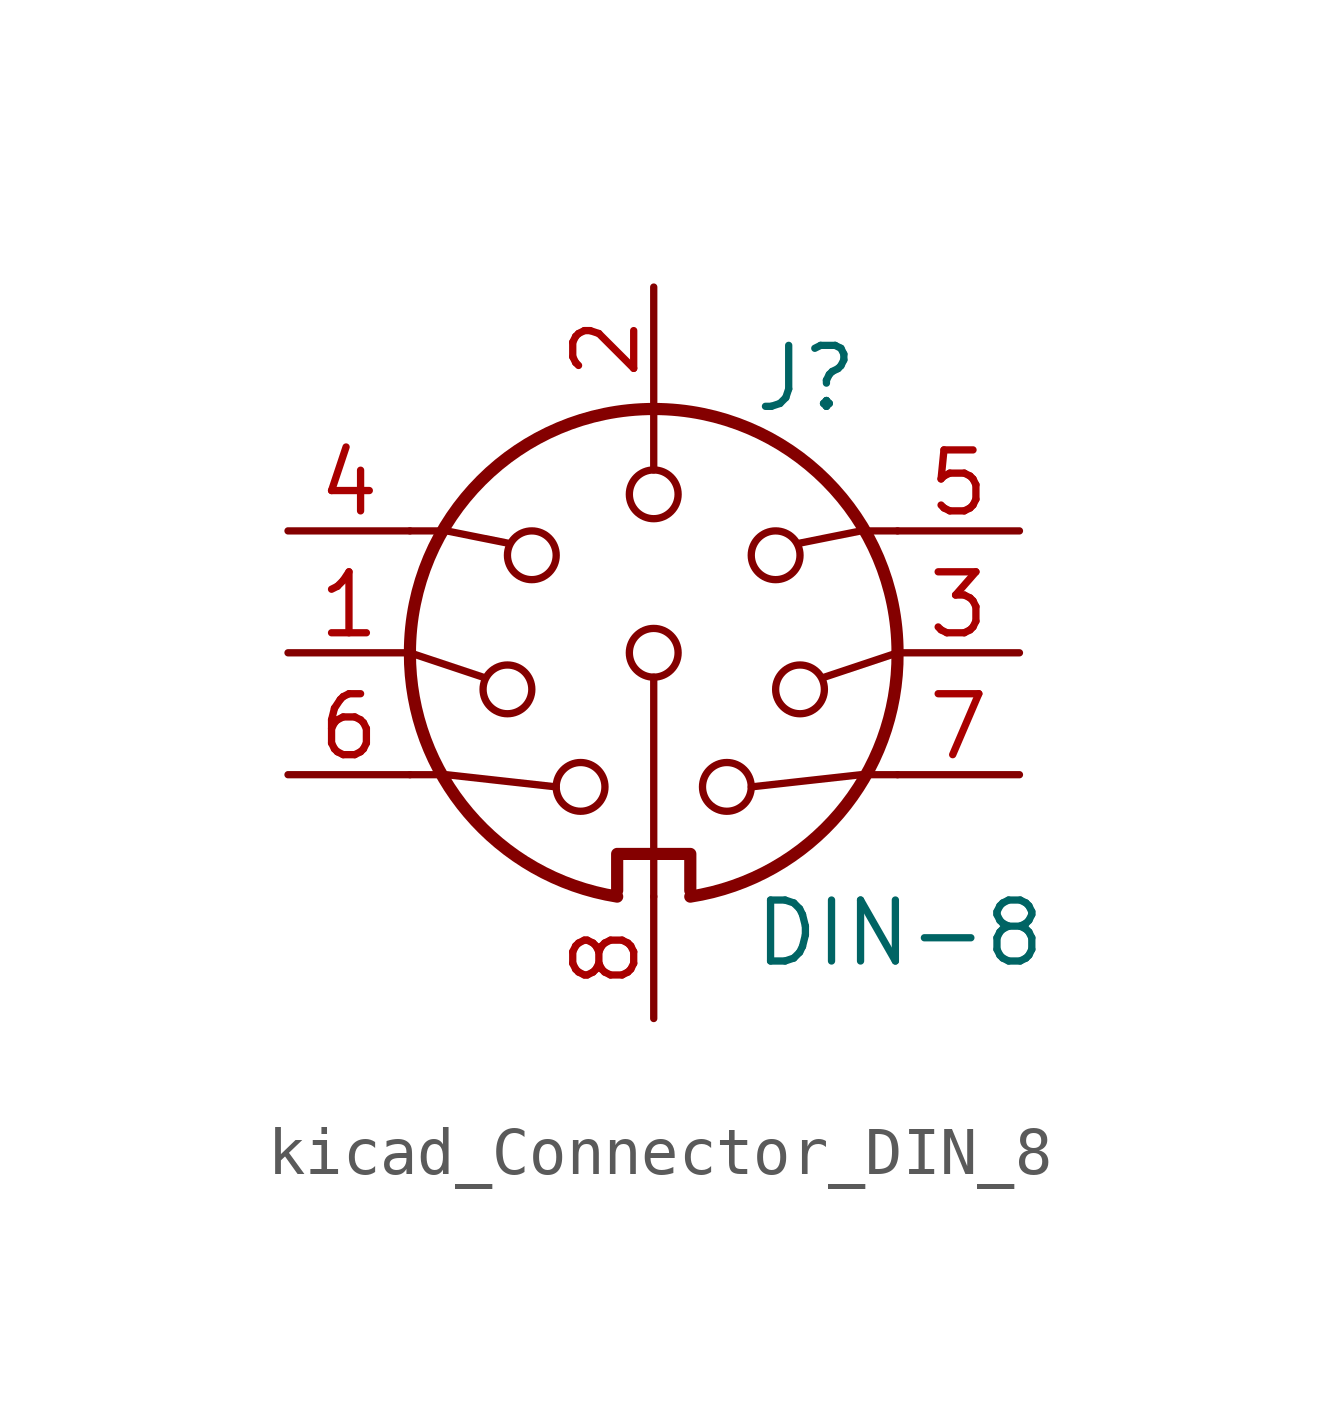
<source format=kicad_sym>
(kicad_symbol_lib
  (version 20220914)
  (generator kicad_symbol_editor)
  (symbol "kicad_Connector_DIN_8"
    (pin_names
      (offset 1.016))
    (property "Reference" "J"
      (at 3.175 5.715 0)
      (effects (font (size 1.27 1.27))))
    (property "Value" "DIN-8"
      (at 2.032 -5.842 0)
      (effects (font (size 1.27 1.27)) (justify left)))
    (symbol "kicad_Connector_DIN_8_0_1"
      (arc (start -5.08 0) (mid -3.8609 -3.3364) (end -0.762 -5.08) (stroke (width 0.254) (type default)) (fill (type none)))
      (circle (center -3.048 -0.762) (radius 0.508) (stroke (width 0) (type default)) (fill (type none)))
      (circle (center -2.54 2.032) (radius 0.508) (stroke (width 0) (type default)) (fill (type none)))
      (circle (center -1.524 -2.794) (radius 0.508) (stroke (width 0) (type default)) (fill (type none)))
      (polyline (pts (xy -5.08 0) (xy -3.556 -0.508)) (stroke (width 0) (type default)) (fill (type none)))
      (polyline (pts (xy 0 -0.508) (xy 0 -5.08)) (stroke (width 0) (type default)) (fill (type none)))
      (polyline (pts (xy 0 5.08) (xy 0 3.81)) (stroke (width 0) (type default)) (fill (type none)))
      (polyline (pts (xy 5.08 0) (xy 3.556 -0.508)) (stroke (width 0) (type default)) (fill (type none)))
      (polyline (pts (xy -5.08 -2.54) (xy -4.318 -2.54) (xy -2.032 -2.794)) (stroke (width 0) (type default)) (fill (type none)))
      (polyline (pts (xy -5.08 2.54) (xy -4.318 2.54) (xy -3.048 2.286)) (stroke (width 0) (type default)) (fill (type none)))
      (polyline (pts (xy 5.08 -2.54) (xy 4.318 -2.54) (xy 2.032 -2.794)) (stroke (width 0) (type default)) (fill (type none)))
      (polyline (pts (xy 5.08 2.54) (xy 4.318 2.54) (xy 3.048 2.286)) (stroke (width 0) (type default)) (fill (type none)))
      (polyline (pts (xy -0.762 -4.953) (xy -0.762 -4.191) (xy 0.762 -4.191) (xy 0.762 -4.953)) (stroke (width 0.254) (type default)) (fill (type none)))
      (circle (center 0 0) (radius 0.508) (stroke (width 0) (type default)) (fill (type none)))
      (circle (center 0 3.302) (radius 0.508) (stroke (width 0) (type default)) (fill (type none)))
      (arc (start 0.762 -5.08) (mid 3.8685 -3.343) (end 5.08 0) (stroke (width 0.254) (type default)) (fill (type none)))
      (circle (center 1.524 -2.794) (radius 0.508) (stroke (width 0) (type default)) (fill (type none)))
      (circle (center 2.54 2.032) (radius 0.508) (stroke (width 0) (type default)) (fill (type none)))
      (circle (center 3.048 -0.762) (radius 0.508) (stroke (width 0) (type default)) (fill (type none)))
      (arc (start 5.08 0) (mid 0 5.0579) (end -5.08 0) (stroke (width 0.254) (type default)) (fill (type none))))
    (symbol "kicad_Connector_DIN_8_1_1"
      (pin passive line (at -7.62 0 0) (length 2.54) (name "~" (effects (font (size 1.27 1.27)))) (number "1" (effects (font (size 1.27 1.27)))))
      (pin passive line (at 0 7.62 270) (length 2.54) (name "~" (effects (font (size 1.27 1.27)))) (number "2" (effects (font (size 1.27 1.27)))))
      (pin passive line (at 7.62 0 180) (length 2.54) (name "~" (effects (font (size 1.27 1.27)))) (number "3" (effects (font (size 1.27 1.27)))))
      (pin passive line (at -7.62 2.54 0) (length 2.54) (name "~" (effects (font (size 1.27 1.27)))) (number "4" (effects (font (size 1.27 1.27)))))
      (pin passive line (at 7.62 2.54 180) (length 2.54) (name "~" (effects (font (size 1.27 1.27)))) (number "5" (effects (font (size 1.27 1.27)))))
      (pin passive line (at -7.62 -2.54 0) (length 2.54) (name "~" (effects (font (size 1.27 1.27)))) (number "6" (effects (font (size 1.27 1.27)))))
      (pin passive line (at 7.62 -2.54 180) (length 2.54) (name "~" (effects (font (size 1.27 1.27)))) (number "7" (effects (font (size 1.27 1.27)))))
      (pin passive line (at 0 -7.62 90) (length 2.54) (name "~" (effects (font (size 1.27 1.27)))) (number "8" (effects (font (size 1.27 1.27))))))))
</source>
